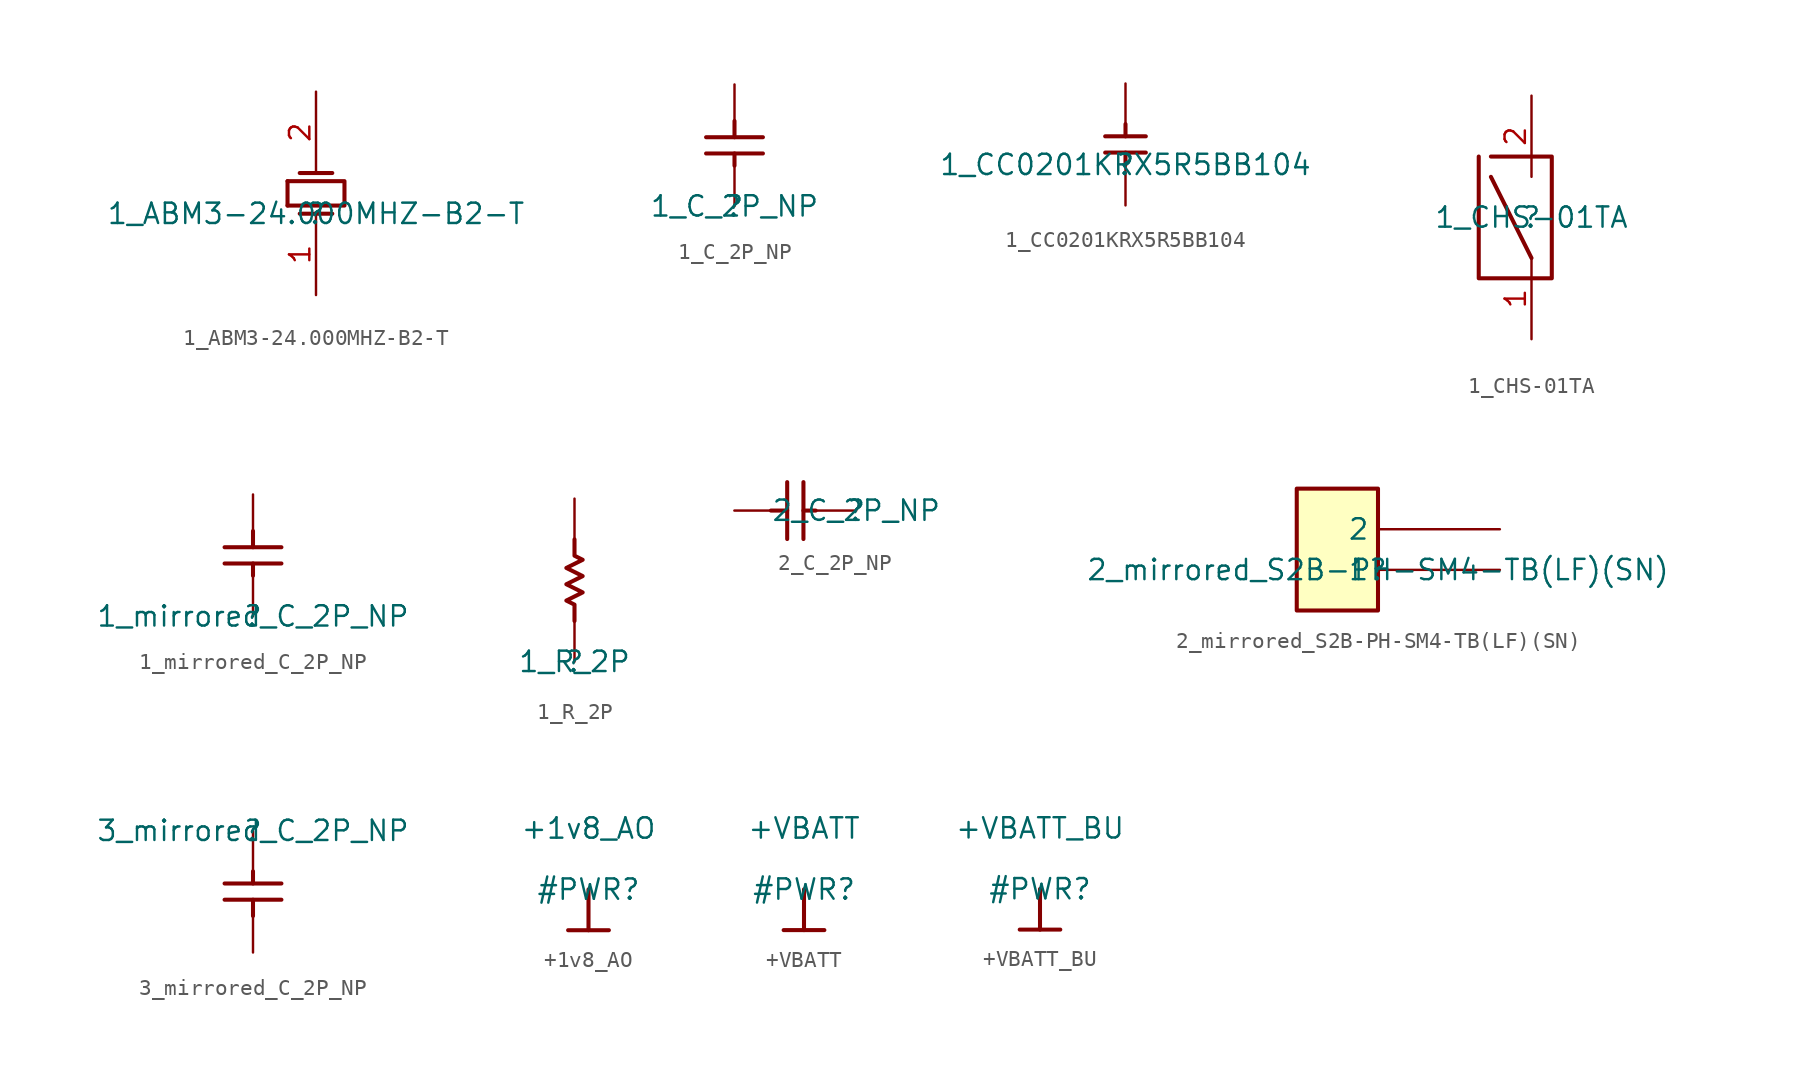
<source format=kicad_sym>
(kicad_symbol_lib
  (version 20211014)
  (generator kicad_symbol_editor)
  (symbol "1_ABM3-24.000MHZ-B2-T"
    (property "Reference" ""
      (at 0 0 0)
      (effects (font (size 1.27 1.27))))
    (property "Value" "1_ABM3-24.000MHZ-B2-T"
      (at 0 0 0)
      (effects (font (size 1.27 1.27))))
    (symbol "1_ABM3-24.000MHZ-B2-T_1_0"
      (polyline (pts (xy -1.778 0.508) (xy -1.778 2.032)) (stroke (width 0.254) (type default) (color 0 0 0 0)) (fill (type none)))
      (polyline (pts (xy -1.016 0) (xy 1.016 0)) (stroke (width 0.254) (type default) (color 0 0 0 0)) (fill (type none)))
      (polyline (pts (xy -1.016 2.54) (xy 1.016 2.54)) (stroke (width 0.254) (type default) (color 0 0 0 0)) (fill (type none)))
      (polyline (pts (xy -1.778 2.032) (xy 1.778 2.032) (xy 1.778 0.508) (xy -1.778 0.508)) (stroke (width 0.254) (type default) (color 0 0 0 0)) (fill (type none)))
      (pin passive line (at 0 -5.08 90) (length 5.08) (name "OSC1" (effects (font (size 0 0)))) (number "1" (effects (font (size 1.27 1.27)))))
      (pin passive line (at 0 7.62 270) (length 5.08) (name "OSC2" (effects (font (size 0 0)))) (number "2" (effects (font (size 1.27 1.27)))))))
  (symbol "1_C_2P_NP"
    (property "Reference" ""
      (at 0 0 0)
      (effects (font (size 1.27 1.27))))
    (property "Value" "1_C_2P_NP"
      (at 0 0 0)
      (effects (font (size 1.27 1.27))))
    (symbol "1_C_2P_NP_1_0"
      (polyline (pts (xy -1.778 3.302) (xy 1.778 3.302)) (stroke (width 0.254) (type default) (color 0 0 0 0)) (fill (type none)))
      (polyline (pts (xy -1.778 4.318) (xy 1.778 4.318)) (stroke (width 0.254) (type default) (color 0 0 0 0)) (fill (type none)))
      (polyline (pts (xy 0 2.54) (xy 0 3.302)) (stroke (width 0.254) (type default) (color 0 0 0 0)) (fill (type none)))
      (polyline (pts (xy 0 5.334) (xy 0 4.318)) (stroke (width 0.254) (type default) (color 0 0 0 0)) (fill (type none)))
      (pin passive line (at 0 0 90) (length 2.54) (name "1" (effects (font (size 0 0)))) (number "1" (effects (font (size 0 0)))))
      (pin passive line (at 0 7.62 270) (length 2.54) (name "1" (effects (font (size 0 0)))) (number "2" (effects (font (size 0 0)))))))
  (symbol "1_CC0201KRX5R5BB104"
    (property "Reference" ""
      (at 0 0 0)
      (effects (font (size 1.27 1.27))))
    (property "Value" "1_CC0201KRX5R5BB104"
      (at 0 0 0)
      (effects (font (size 1.27 1.27))))
    (symbol "1_CC0201KRX5R5BB104_1_0"
      (polyline (pts (xy -1.27 1.778) (xy 1.27 1.778)) (stroke (width 0.254) (type default) (color 0 0 0 0)) (fill (type none)))
      (polyline (pts (xy 0 0) (xy 0 0.762)) (stroke (width 0.254) (type default) (color 0 0 0 0)) (fill (type none)))
      (polyline (pts (xy 0 2.54) (xy 0 1.778)) (stroke (width 0.254) (type default) (color 0 0 0 0)) (fill (type none)))
      (polyline (pts (xy 1.27 0.762) (xy -1.27 0.762)) (stroke (width 0.254) (type default) (color 0 0 0 0)) (fill (type none)))
      (pin passive line (at 0 -2.54 90) (length 2.54) (name "1" (effects (font (size 0 0)))) (number "1" (effects (font (size 0 0)))))
      (pin passive line (at 0 5.08 270) (length 2.54) (name "2" (effects (font (size 0 0)))) (number "2" (effects (font (size 0 0)))))))
  (symbol "1_CHS-01TA"
    (property "Reference" ""
      (at 0 0 0)
      (effects (font (size 1.27 1.27))))
    (property "Value" "1_CHS-01TA"
      (at 0 0 0)
      (effects (font (size 1.27 1.27))))
    (symbol "1_CHS-01TA_1_0"
      (polyline (pts (xy 0 -2.54) (xy -2.54 2.54)) (stroke (width 0.254) (type default) (color 0 0 0 0)) (fill (type none)))
      (polyline (pts (xy -3.302 3.81) (xy -3.302 -3.81) (xy 1.27 -3.81) (xy 1.27 3.81) (xy -2.54 3.81)) (stroke (width 0.254) (type default) (color 0 0 0 0)) (fill (type none)))
      (pin passive line (at 0 -7.62 90) (length 5.08) (name "1" (effects (font (size 0 0)))) (number "1" (effects (font (size 1.27 1.27)))))
      (pin passive line (at 0 7.62 270) (length 5.08) (name "2" (effects (font (size 0 0)))) (number "2" (effects (font (size 1.27 1.27)))))))
  (symbol "1_mirrored_C_2P_NP"
    (property "Reference" ""
      (at 0 0 0)
      (effects (font (size 1.27 1.27))))
    (property "Value" "1_mirrored_C_2P_NP"
      (at 0 0 0)
      (effects (font (size 1.27 1.27))))
    (symbol "1_mirrored_C_2P_NP_1_0"
      (polyline (pts (xy 0 2.54) (xy 0 3.302)) (stroke (width 0.254) (type default) (color 0 0 0 0)) (fill (type none)))
      (polyline (pts (xy 0 5.334) (xy 0 4.318)) (stroke (width 0.254) (type default) (color 0 0 0 0)) (fill (type none)))
      (polyline (pts (xy 1.778 3.302) (xy -1.778 3.302)) (stroke (width 0.254) (type default) (color 0 0 0 0)) (fill (type none)))
      (polyline (pts (xy 1.778 4.318) (xy -1.778 4.318)) (stroke (width 0.254) (type default) (color 0 0 0 0)) (fill (type none)))
      (pin passive line (at 0 0 90) (length 2.54) (name "1" (effects (font (size 0 0)))) (number "1" (effects (font (size 0 0)))))
      (pin passive line (at 0 7.62 270) (length 2.54) (name "1" (effects (font (size 0 0)))) (number "2" (effects (font (size 0 0)))))))
  (symbol "1_R_2P"
    (property "Reference" ""
      (at 0 0 0)
      (effects (font (size 1.27 1.27))))
    (property "Value" "1_R_2P"
      (at 0 0 0)
      (effects (font (size 1.27 1.27))))
    (symbol "1_R_2P_1_0"
      (polyline (pts (xy 0 7.62) (xy 0 6.604) (xy 0.508 6.35) (xy -0.508 5.842) (xy 0.508 5.334) (xy -0.508 4.826) (xy 0.508 4.318) (xy -0.508 3.81) (xy 0 3.556) (xy 0 2.54)) (stroke (width 0.254) (type default) (color 0 0 0 0)) (fill (type none)))
      (pin passive line (at 0 0 90) (length 2.54) (name "1" (effects (font (size 0 0)))) (number "1" (effects (font (size 0 0)))))
      (pin passive line (at 0 10.16 270) (length 2.54) (name "2" (effects (font (size 0 0)))) (number "2" (effects (font (size 0 0)))))))
  (symbol "2_C_2P_NP"
    (property "Reference" ""
      (at 0 0 0)
      (effects (font (size 1.27 1.27))))
    (property "Value" "2_C_2P_NP"
      (at 0 0 0)
      (effects (font (size 1.27 1.27))))
    (symbol "2_C_2P_NP_1_0"
      (polyline (pts (xy -5.334 0) (xy -4.318 0)) (stroke (width 0.254) (type default) (color 0 0 0 0)) (fill (type none)))
      (polyline (pts (xy -4.318 -1.778) (xy -4.318 1.778)) (stroke (width 0.254) (type default) (color 0 0 0 0)) (fill (type none)))
      (polyline (pts (xy -3.302 -1.778) (xy -3.302 1.778)) (stroke (width 0.254) (type default) (color 0 0 0 0)) (fill (type none)))
      (polyline (pts (xy -2.54 0) (xy -3.302 0)) (stroke (width 0.254) (type default) (color 0 0 0 0)) (fill (type none)))
      (pin passive line (at 0 0 180) (length 2.54) (name "1" (effects (font (size 0 0)))) (number "1" (effects (font (size 0 0)))))
      (pin passive line (at -7.62 0 0) (length 2.54) (name "1" (effects (font (size 0 0)))) (number "2" (effects (font (size 0 0)))))))
  (symbol "2_mirrored_S2B-PH-SM4-TB(LF)(SN)"
    (property "Reference" ""
      (at 0 0 0)
      (effects (font (size 1.27 1.27))))
    (property "Value" "2_mirrored_S2B-PH-SM4-TB(LF)(SN)"
      (at 0 0 0)
      (effects (font (size 1.27 1.27))))
    (symbol "2_mirrored_S2B-PH-SM4-TB(LF)(SN)_1_0"
      (rectangle (start 0 5.08) (end -5.08 -2.54) (stroke (width 0.254) (type default) (color 0 0 0 0)) (fill (type background)))
      (pin passive line (at 7.62 0 180) (length 7.62) (name "1" (effects (font (size 1.27 1.27)))) (number "1" (effects (font (size 0 0)))))
      (pin passive line (at 7.62 2.54 180) (length 7.62) (name "2" (effects (font (size 1.27 1.27)))) (number "2" (effects (font (size 0 0)))))))
  (symbol "3_mirrored_C_2P_NP"
    (property "Reference" ""
      (at 0 0 0)
      (effects (font (size 1.27 1.27))))
    (property "Value" "3_mirrored_C_2P_NP"
      (at 0 0 0)
      (effects (font (size 1.27 1.27))))
    (symbol "3_mirrored_C_2P_NP_1_0"
      (polyline (pts (xy -1.778 -4.318) (xy 1.778 -4.318)) (stroke (width 0.254) (type default) (color 0 0 0 0)) (fill (type none)))
      (polyline (pts (xy -1.778 -3.302) (xy 1.778 -3.302)) (stroke (width 0.254) (type default) (color 0 0 0 0)) (fill (type none)))
      (polyline (pts (xy 0 -5.334) (xy 0 -4.318)) (stroke (width 0.254) (type default) (color 0 0 0 0)) (fill (type none)))
      (polyline (pts (xy 0 -2.54) (xy 0 -3.302)) (stroke (width 0.254) (type default) (color 0 0 0 0)) (fill (type none)))
      (pin passive line (at 0 0 270) (length 2.54) (name "1" (effects (font (size 0 0)))) (number "1" (effects (font (size 0 0)))))
      (pin passive line (at 0 -7.62 90) (length 2.54) (name "1" (effects (font (size 0 0)))) (number "2" (effects (font (size 0 0)))))))
  (symbol "+1v8_AO"
    (power)
    (property "Reference" "#PWR"
      (at 0 0 0)
      (effects (font (size 1.27 1.27))))
    (property "Value" "+1v8_AO"
      (at 0 3.81 0)
      (effects (font (size 1.27 1.27))))
    (symbol "+1v8_AO_0_0"
      (polyline (pts (xy -1.27 -2.54) (xy 1.27 -2.54)) (stroke (width 0.254) (type default) (color 0 0 0 0)) (fill (type none)))
      (polyline (pts (xy 0 0) (xy 0 -2.54)) (stroke (width 0.254) (type default) (color 0 0 0 0)) (fill (type none)))
      (pin power_in line (at 0 0 0) (length 0) hide (name "+1v8_AO" (effects (font (size 1.27 1.27)))) (number "" (effects (font (size 1.27 1.27)))))))
  (symbol "+VBATT"
    (power)
    (property "Reference" "#PWR"
      (at 0 0 0)
      (effects (font (size 1.27 1.27))))
    (property "Value" "+VBATT"
      (at 0 3.81 0)
      (effects (font (size 1.27 1.27))))
    (symbol "+VBATT_0_0"
      (polyline (pts (xy -1.27 -2.54) (xy 1.27 -2.54)) (stroke (width 0.254) (type default) (color 0 0 0 0)) (fill (type none)))
      (polyline (pts (xy 0 0) (xy 0 -2.54)) (stroke (width 0.254) (type default) (color 0 0 0 0)) (fill (type none)))
      (pin power_in line (at 0 0 0) (length 0) hide (name "+VBATT" (effects (font (size 1.27 1.27)))) (number "" (effects (font (size 1.27 1.27)))))))
  (symbol "+VBATT_BU"
    (power)
    (property "Reference" "#PWR"
      (at 0 0 0)
      (effects (font (size 1.27 1.27))))
    (property "Value" "+VBATT_BU"
      (at 0 3.81 0)
      (effects (font (size 1.27 1.27))))
    (symbol "+VBATT_BU_0_0"
      (polyline (pts (xy -1.27 -2.54) (xy 1.27 -2.54)) (stroke (width 0.254) (type default) (color 0 0 0 0)) (fill (type none)))
      (polyline (pts (xy 0 0) (xy 0 -2.54)) (stroke (width 0.254) (type default) (color 0 0 0 0)) (fill (type none)))
      (pin power_in line (at 0 0 0) (length 0) hide (name "+VBATT_BU" (effects (font (size 1.27 1.27)))) (number "" (effects (font (size 1.27 1.27))))))))
</source>
